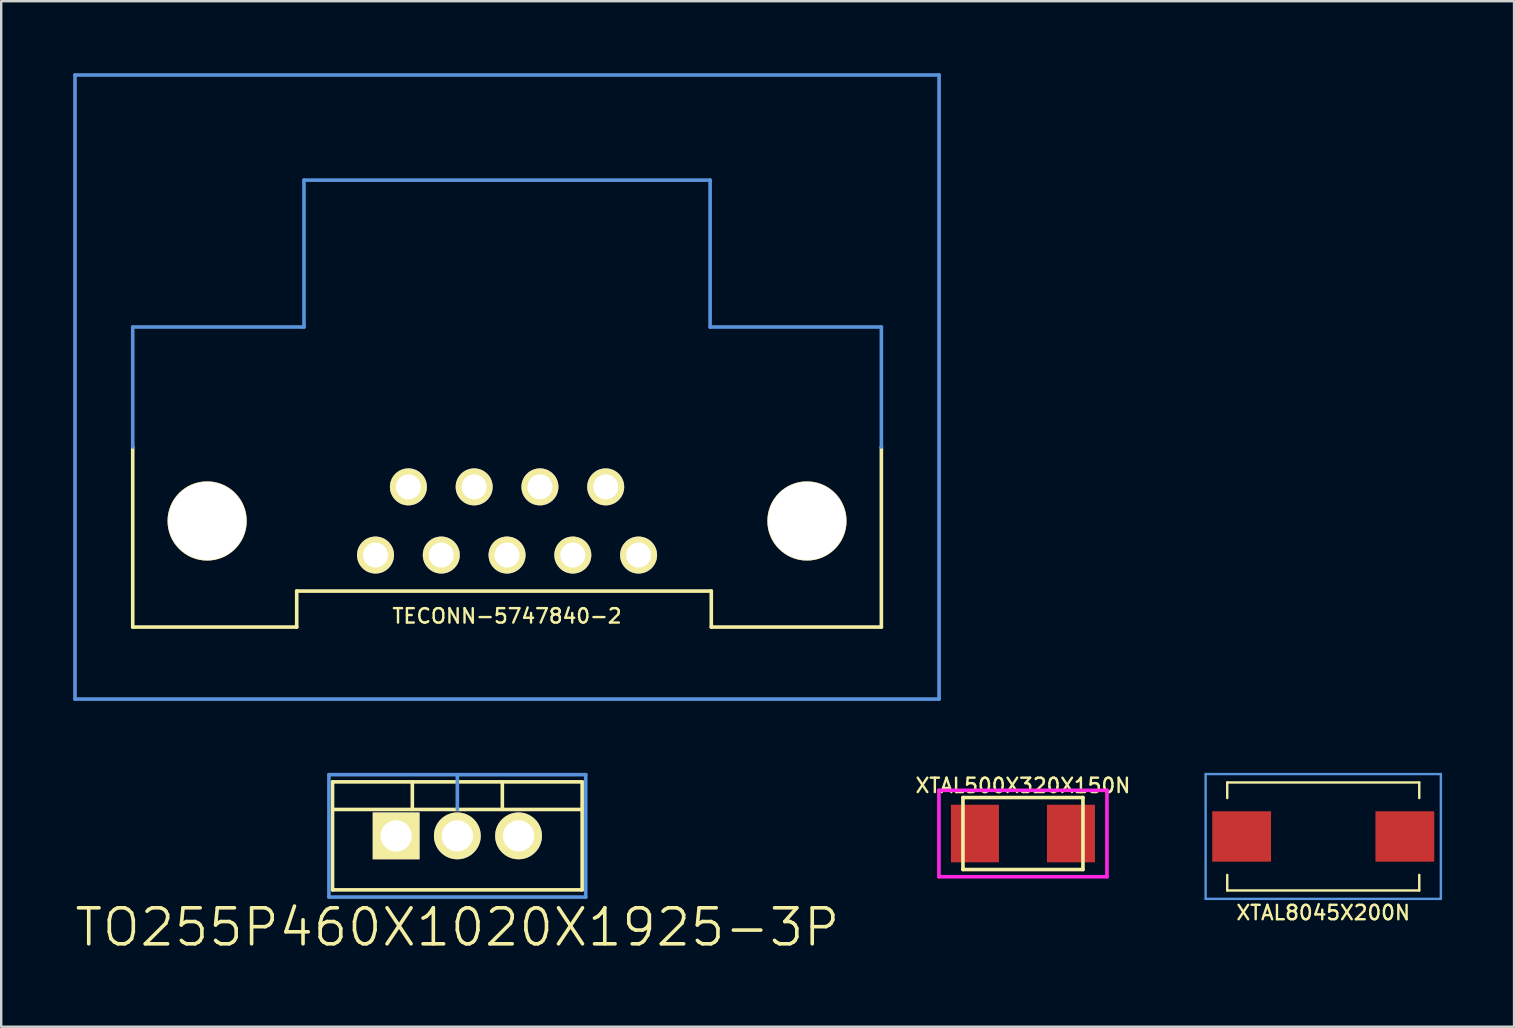
<source format=kicad_pcb>
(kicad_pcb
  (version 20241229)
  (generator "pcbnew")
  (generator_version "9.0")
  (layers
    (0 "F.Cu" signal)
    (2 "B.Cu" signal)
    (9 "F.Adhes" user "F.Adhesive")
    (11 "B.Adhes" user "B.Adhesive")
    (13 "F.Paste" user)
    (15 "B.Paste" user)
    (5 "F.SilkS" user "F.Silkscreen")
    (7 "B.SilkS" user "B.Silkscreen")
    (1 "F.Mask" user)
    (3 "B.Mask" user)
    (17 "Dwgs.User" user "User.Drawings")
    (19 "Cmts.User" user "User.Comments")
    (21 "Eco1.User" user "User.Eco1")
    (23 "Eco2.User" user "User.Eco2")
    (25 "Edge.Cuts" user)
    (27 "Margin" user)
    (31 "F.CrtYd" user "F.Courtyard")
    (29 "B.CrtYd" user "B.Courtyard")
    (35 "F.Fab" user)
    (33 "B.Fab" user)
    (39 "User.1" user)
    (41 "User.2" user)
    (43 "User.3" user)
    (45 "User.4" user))
  (footprint "XTAL8045X200N"
    (layer "F.Cu")
    (at 52.08 31.8)
    (property "Reference" "XTAL8045X200N" (at 0 3.175 0) (layer "F.SilkS") (effects (font (size 0.6 0.6) (thickness 0.1))))
    (attr through_hole)
    (fp_line (start -4 -2.25) (end 4 -2.25) (stroke (width 0.1) (type solid)) (layer "F.SilkS"))
    (fp_line (start -4 -1.6) (end -4 -2.25) (stroke (width 0.1) (type solid)) (layer "F.SilkS"))
    (fp_line (start -4 2.25) (end -4 1.6) (stroke (width 0.1) (type solid)) (layer "F.SilkS"))
    (fp_line (start -4 2.25) (end 4 2.25) (stroke (width 0.1) (type solid)) (layer "F.SilkS"))
    (fp_line (start 4 -2.25) (end 4 -1.6) (stroke (width 0.1) (type solid)) (layer "F.SilkS"))
    (fp_line (start 4 1.6) (end 4 2.25) (stroke (width 0.1) (type solid)) (layer "F.SilkS"))
    (fp_line (start -4.9 -2.6) (end 4.9 -2.6) (stroke (width 0.1) (type solid)) (layer "Cmts.User"))
    (fp_line (start -4.9 2.6) (end -4.9 -2.6) (stroke (width 0.1) (type solid)) (layer "Cmts.User"))
    (fp_line (start 4.9 -2.6) (end 4.9 2.6) (stroke (width 0.1) (type solid)) (layer "Cmts.User"))
    (fp_line (start 4.9 2.6) (end -4.9 2.6) (stroke (width 0.1) (type solid)) (layer "Cmts.User"))
    (pad "1" smd rect (at -3.4 0) (size 2.45 2.1) (layers "F.Cu" "F.Mask" "F.Paste"))
    (pad "2" smd rect (at 3.4 0) (size 2.45 2.1) (layers "F.Cu" "F.Mask" "F.Paste")))
  (footprint "TECONN-5747840-2"
    (layer "F.Cu")
    (at 18.075 20.075)
    (property "Reference" "TECONN-5747840-2" (at 0 2.54 0) (layer "F.SilkS") (effects (font (size 0.6 0.6) (thickness 0.1))))
    (attr through_hole)
    (fp_line (start -15.595 -4.5) (end -15.595 3) (stroke (width 0.15) (type solid)) (layer "F.SilkS"))
    (fp_line (start -15.595 3) (end -8.763 3) (stroke (width 0.15) (type solid)) (layer "F.SilkS"))
    (fp_line (start -8.763 1.5) (end 8.509 1.5) (stroke (width 0.15) (type solid)) (layer "F.SilkS"))
    (fp_line (start -8.763 3) (end -8.763 1.5) (stroke (width 0.15) (type solid)) (layer "F.SilkS"))
    (fp_line (start 8.509 1.5) (end 8.509 3) (stroke (width 0.15) (type solid)) (layer "F.SilkS"))
    (fp_line (start 8.509 3) (end 15.595 3) (stroke (width 0.15) (type solid)) (layer "F.SilkS"))
    (fp_line (start 15.595 3) (end 15.595 -4.5) (stroke (width 0.15) (type solid)) (layer "F.SilkS"))
    (fp_line (start -18 -20) (end 18 -20) (stroke (width 0.15) (type solid)) (layer "Cmts.User"))
    (fp_line (start -18 6) (end -18 -20) (stroke (width 0.15) (type solid)) (layer "Cmts.User"))
    (fp_line (start -15.595 -9.5) (end -15.595 -4.5) (stroke (width 0.15) (type solid)) (layer "Cmts.User"))
    (fp_line (start -8.46 -15.62) (end -8.46 -9.5) (stroke (width 0.15) (type solid)) (layer "Cmts.User"))
    (fp_line (start -8.46 -9.5) (end -15.595 -9.5) (stroke (width 0.15) (type solid)) (layer "Cmts.User"))
    (fp_line (start 8.46 -15.62) (end -8.46 -15.62) (stroke (width 0.15) (type solid)) (layer "Cmts.User"))
    (fp_line (start 8.46 -9.5) (end 8.46 -15.62) (stroke (width 0.15) (type solid)) (layer "Cmts.User"))
    (fp_line (start 15.595 -9.5) (end 8.46 -9.5) (stroke (width 0.15) (type solid)) (layer "Cmts.User"))
    (fp_line (start 15.595 -9.5) (end 15.595 -4.5) (stroke (width 0.15) (type solid)) (layer "Cmts.User"))
    (fp_line (start 18 -20) (end 18 6) (stroke (width 0.15) (type solid)) (layer "Cmts.User"))
    (fp_line (start 18 6) (end -18 6) (stroke (width 0.15) (type solid)) (layer "Cmts.User"))
    (pad "" thru_hole circle (at -12.495 -1.42) (size 3.3 3.3) (drill 3.25) (layers "*.Cu" "*.Mask" "F.SilkS"))
    (pad "" thru_hole circle (at 12.495 -1.42) (size 3.3 3.3) (drill 3.25) (layers "*.Cu" "*.Mask" "F.SilkS"))
    (pad "1" thru_hole circle (at -5.48 0) (size 1.54 1.54) (drill 1.04) (layers "*.Cu" "*.Mask" "F.SilkS"))
    (pad "2" thru_hole circle (at -2.74 0) (size 1.54 1.54) (drill 1.04) (layers "*.Cu" "*.Mask" "F.SilkS"))
    (pad "3" thru_hole circle (at 0 0) (size 1.54 1.54) (drill 1.04) (layers "*.Cu" "*.Mask" "F.SilkS"))
    (pad "4" thru_hole circle (at 2.74 0) (size 1.54 1.54) (drill 1.04) (layers "*.Cu" "*.Mask" "F.SilkS"))
    (pad "5" thru_hole circle (at 5.48 0) (size 1.54 1.54) (drill 1.04) (layers "*.Cu" "*.Mask" "F.SilkS"))
    (pad "6" thru_hole circle (at -4.11 -2.84) (size 1.54 1.54) (drill 1.04) (layers "*.Cu" "*.Mask" "F.SilkS"))
    (pad "7" thru_hole circle (at -1.37 -2.84) (size 1.54 1.54) (drill 1.04) (layers "*.Cu" "*.Mask" "F.SilkS"))
    (pad "8" thru_hole circle (at 1.37 -2.84) (size 1.54 1.54) (drill 1.04) (layers "*.Cu" "*.Mask" "F.SilkS"))
    (pad "9" thru_hole circle (at 4.11 -2.84) (size 1.54 1.54) (drill 1.04) (layers "*.Cu" "*.Mask" "F.SilkS")))
  (footprint "XTAL500X320X150N"
    (layer "F.Cu")
    (at 39.569 31.677)
    (property "Reference" "XTAL500X320X150N" (at 0 -2 0) (layer "F.SilkS") (effects (font (size 0.6 0.6) (thickness 0.1))))
    (attr through_hole)
    (fp_line (start -2.5 -1.5) (end 2.5 -1.5) (stroke (width 0.15) (type solid)) (layer "F.SilkS"))
    (fp_line (start -2.5 1.5) (end -2.5 -1.5) (stroke (width 0.15) (type solid)) (layer "F.SilkS"))
    (fp_line (start 2.5 -1.5) (end 2.5 1.5) (stroke (width 0.15) (type solid)) (layer "F.SilkS"))
    (fp_line (start 2.5 1.5) (end -2.5 1.5) (stroke (width 0.15) (type solid)) (layer "F.SilkS"))
    (fp_line (start -3.5 -1.8) (end 3.5 -1.8) (stroke (width 0.15) (type solid)) (layer "F.CrtYd"))
    (fp_line (start -3.5 1.8) (end -3.5 -1.8) (stroke (width 0.15) (type solid)) (layer "F.CrtYd"))
    (fp_line (start 3.5 -1.8) (end 3.5 1.8) (stroke (width 0.15) (type solid)) (layer "F.CrtYd"))
    (fp_line (start 3.5 1.8) (end -3.5 1.8) (stroke (width 0.15) (type solid)) (layer "F.CrtYd"))
    (pad "1" smd rect (at -2 0) (size 2 2.4) (layers "F.Cu" "F.Mask" "F.Paste"))
    (pad "2" smd rect (at 2 0) (size 2 2.4) (layers "F.Cu" "F.Mask" "F.Paste")))
  (footprint "TO255P460X1020X1925-3P"
    (layer "F.Cu")
    (at 16.004 31.775)
    (property "Reference" "TO255P460X1020X1925-3P" (at 0 3.81 0) (layer "F.SilkS") (effects (font (size 1.5 1.5) (thickness 0.15))))
    (attr through_hole)
    (fp_line (start -5.2 -2.25) (end 5.2 -2.25) (stroke (width 0.15) (type solid)) (layer "F.SilkS"))
    (fp_line (start -5.2 -1.1) (end 5.2 -1.1) (stroke (width 0.15) (type solid)) (layer "F.SilkS"))
    (fp_line (start -5.2 2.25) (end -5.2 -2.25) (stroke (width 0.15) (type solid)) (layer "F.SilkS"))
    (fp_line (start -1.875 -2.25) (end -1.875 -1.1) (stroke (width 0.15) (type solid)) (layer "F.SilkS"))
    (fp_line (start 1.875 -2.25) (end 1.875 -1.1) (stroke (width 0.15) (type solid)) (layer "F.SilkS"))
    (fp_line (start 5.2 -2.25) (end 5.2 2.25) (stroke (width 0.15) (type solid)) (layer "F.SilkS"))
    (fp_line (start 5.2 2.25) (end -5.2 2.25) (stroke (width 0.15) (type solid)) (layer "F.SilkS"))
    (fp_line (start -5.35 -2.55) (end 5.35 -2.55) (stroke (width 0.15) (type solid)) (layer "Cmts.User"))
    (fp_line (start -5.35 2.55) (end -5.35 -2.55) (stroke (width 0.15) (type solid)) (layer "Cmts.User"))
    (fp_line (start 0 -2.55) (end 0 -1.1) (stroke (width 0.15) (type solid)) (layer "Cmts.User"))
    (fp_line (start 5.35 -2.55) (end 5.35 2.55) (stroke (width 0.15) (type solid)) (layer "Cmts.User"))
    (fp_line (start 5.35 2.55) (end -5.35 2.55) (stroke (width 0.15) (type solid)) (layer "Cmts.User"))
    (pad "1" thru_hole rect (at -2.55 0) (size 1.95 1.95) (drill 1.3) (layers "*.Cu" "*.Mask" "F.SilkS"))
    (pad "2" thru_hole circle (at 0 0) (size 1.95 1.95) (drill 1.3) (layers "*.Cu" "*.Mask" "F.SilkS"))
    (pad "3" thru_hole circle (at 2.55 0) (size 1.95 1.95) (drill 1.3) (layers "*.Cu" "*.Mask" "F.SilkS")))
  (gr_rect
    (start -3 -3)
    (end 60.03 39.726)
    (stroke (width 0.1) (type default))
    (fill no)
    (layer "Edge.Cuts")))
</source>
